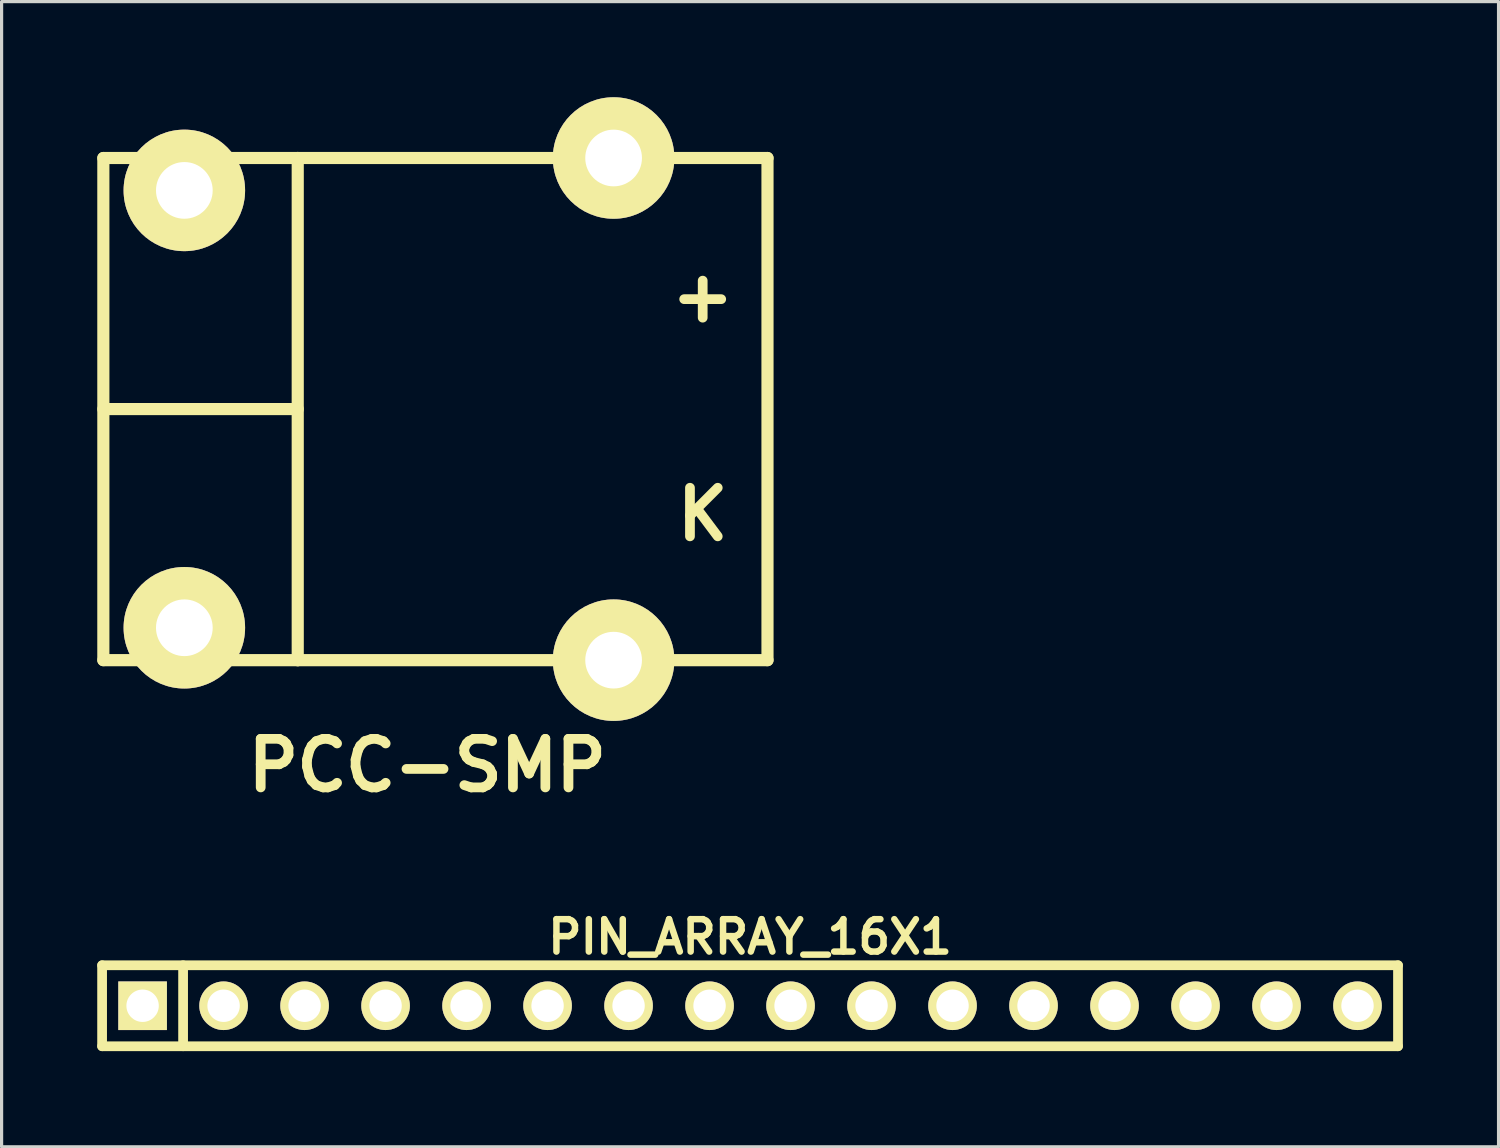
<source format=kicad_pcb>
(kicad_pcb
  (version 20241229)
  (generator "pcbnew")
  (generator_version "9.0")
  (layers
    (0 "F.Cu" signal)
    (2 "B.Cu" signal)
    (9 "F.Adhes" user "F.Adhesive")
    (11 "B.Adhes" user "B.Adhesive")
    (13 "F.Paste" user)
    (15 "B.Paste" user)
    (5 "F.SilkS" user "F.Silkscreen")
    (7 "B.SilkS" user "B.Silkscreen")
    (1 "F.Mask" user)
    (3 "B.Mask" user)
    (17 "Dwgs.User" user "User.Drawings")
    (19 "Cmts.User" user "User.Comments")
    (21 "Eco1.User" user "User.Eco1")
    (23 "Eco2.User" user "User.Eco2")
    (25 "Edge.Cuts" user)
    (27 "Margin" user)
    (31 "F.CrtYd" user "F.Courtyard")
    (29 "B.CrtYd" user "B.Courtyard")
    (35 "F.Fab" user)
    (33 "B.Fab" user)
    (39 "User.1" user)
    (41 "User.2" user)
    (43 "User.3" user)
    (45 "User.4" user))
  (footprint "PCC-SMP"
    (layer "F.Cu")
    (at 2.731 9.779)
    (property "Reference" "PCC-SMP" (at 7.62 11.176 0) (layer "F.SilkS") (effects (font (size 1.524 1.524) (thickness 0.305))))
    (attr through_hole)
    (fp_line (start -2.54 -7.874) (end -2.54 7.874) (stroke (width 0.381) (type solid)) (layer "F.SilkS"))
    (fp_line (start -2.54 -7.874) (end 3.556 -7.874) (stroke (width 0.381) (type solid)) (layer "F.SilkS"))
    (fp_line (start -2.54 0) (end 3.556 0) (stroke (width 0.381) (type solid)) (layer "F.SilkS"))
    (fp_line (start -2.54 7.874) (end 3.556 7.874) (stroke (width 0.381) (type solid)) (layer "F.SilkS"))
    (fp_line (start 3.556 -7.874) (end 3.556 7.874) (stroke (width 0.381) (type solid)) (layer "F.SilkS"))
    (fp_line (start 3.556 -7.874) (end 18.288 -7.874) (stroke (width 0.381) (type solid)) (layer "F.SilkS"))
    (fp_line (start 3.556 7.874) (end 18.288 7.874) (stroke (width 0.381) (type solid)) (layer "F.SilkS"))
    (fp_line (start 18.288 -7.874) (end 18.288 7.874) (stroke (width 0.381) (type solid)) (layer "F.SilkS"))
    (fp_text user "+" (at 16.256 -3.556 0) (layer "F.SilkS") (effects (font (size 1.524 1.524) (thickness 0.305))))
    (fp_text user "K" (at 16.256 3.302 0) (layer "F.SilkS") (effects (font (size 1.524 1.524) (thickness 0.305))))
    (pad "" thru_hole circle (at 13.462 -7.874) (size 3.81 3.81) (drill 1.778) (layers "*.Cu" "*.Mask" "F.SilkS"))
    (pad "" thru_hole circle (at 13.462 7.874) (size 3.81 3.81) (drill 1.778) (layers "*.Cu" "*.Mask" "F.SilkS"))
    (pad "1" thru_hole circle (at 0 -6.858) (size 3.81 3.81) (drill 1.778) (layers "*.Cu" "*.Mask" "F.SilkS"))
    (pad "2" thru_hole circle (at 0 6.858) (size 3.81 3.81) (drill 1.778) (layers "*.Cu" "*.Mask" "F.SilkS")))
  (footprint "PIN_ARRAY_16X1"
    (layer "F.Cu")
    (at 20.472 28.491)
    (property "Reference" "PIN_ARRAY_16X1" (at 0 -2.159 0) (layer "F.SilkS") (effects (font (size 1.016 1.016) (thickness 0.203))))
    (attr through_hole)
    (fp_line (start -20.32 -1.27) (end 20.32 -1.27) (stroke (width 0.305) (type solid)) (layer "F.SilkS"))
    (fp_line (start -20.32 1.27) (end -20.32 -1.27) (stroke (width 0.305) (type solid)) (layer "F.SilkS"))
    (fp_line (start -17.78 1.27) (end -17.78 -1.27) (stroke (width 0.305) (type solid)) (layer "F.SilkS"))
    (fp_line (start 20.32 1.27) (end -20.32 1.27) (stroke (width 0.305) (type solid)) (layer "F.SilkS"))
    (fp_line (start 20.32 1.27) (end 20.32 -1.27) (stroke (width 0.305) (type solid)) (layer "F.SilkS"))
    (pad "1" thru_hole rect (at -19.05 0) (size 1.524 1.524) (drill 1.016) (layers "*.Cu" "*.Mask" "F.SilkS"))
    (pad "2" thru_hole circle (at -16.51 0) (size 1.524 1.524) (drill 1.016) (layers "*.Cu" "*.Mask" "F.SilkS"))
    (pad "3" thru_hole circle (at -13.97 0) (size 1.524 1.524) (drill 1.016) (layers "*.Cu" "*.Mask" "F.SilkS"))
    (pad "4" thru_hole circle (at -11.43 0) (size 1.524 1.524) (drill 1.016) (layers "*.Cu" "*.Mask" "F.SilkS"))
    (pad "5" thru_hole circle (at -8.89 0) (size 1.524 1.524) (drill 1.016) (layers "*.Cu" "*.Mask" "F.SilkS"))
    (pad "6" thru_hole circle (at -6.35 0) (size 1.524 1.524) (drill 1.016) (layers "*.Cu" "*.Mask" "F.SilkS"))
    (pad "7" thru_hole circle (at -3.81 0) (size 1.524 1.524) (drill 1.016) (layers "*.Cu" "*.Mask" "F.SilkS"))
    (pad "8" thru_hole circle (at -1.27 0) (size 1.524 1.524) (drill 1.016) (layers "*.Cu" "*.Mask" "F.SilkS"))
    (pad "9" thru_hole circle (at 1.27 0) (size 1.524 1.524) (drill 1.016) (layers "*.Cu" "*.Mask" "F.SilkS"))
    (pad "10" thru_hole circle (at 3.81 0) (size 1.524 1.524) (drill 1.016) (layers "*.Cu" "*.Mask" "F.SilkS"))
    (pad "11" thru_hole circle (at 6.35 0) (size 1.524 1.524) (drill 1.016) (layers "*.Cu" "*.Mask" "F.SilkS"))
    (pad "12" thru_hole circle (at 8.89 0) (size 1.524 1.524) (drill 1.016) (layers "*.Cu" "*.Mask" "F.SilkS"))
    (pad "13" thru_hole circle (at 11.43 0) (size 1.524 1.524) (drill 1.016) (layers "*.Cu" "*.Mask" "F.SilkS"))
    (pad "14" thru_hole circle (at 13.97 0) (size 1.524 1.524) (drill 1.016) (layers "*.Cu" "*.Mask" "F.SilkS"))
    (pad "15" thru_hole circle (at 16.51 0) (size 1.524 1.524) (drill 1.016) (layers "*.Cu" "*.Mask" "F.SilkS"))
    (pad "16" thru_hole circle (at 19.05 0) (size 1.524 1.524) (drill 1.016) (layers "*.Cu" "*.Mask" "F.SilkS")))
  (gr_rect
    (start -3 -3)
    (end 43.945 32.914)
    (stroke (width 0.1) (type default))
    (fill no)
    (layer "Edge.Cuts")))
</source>
